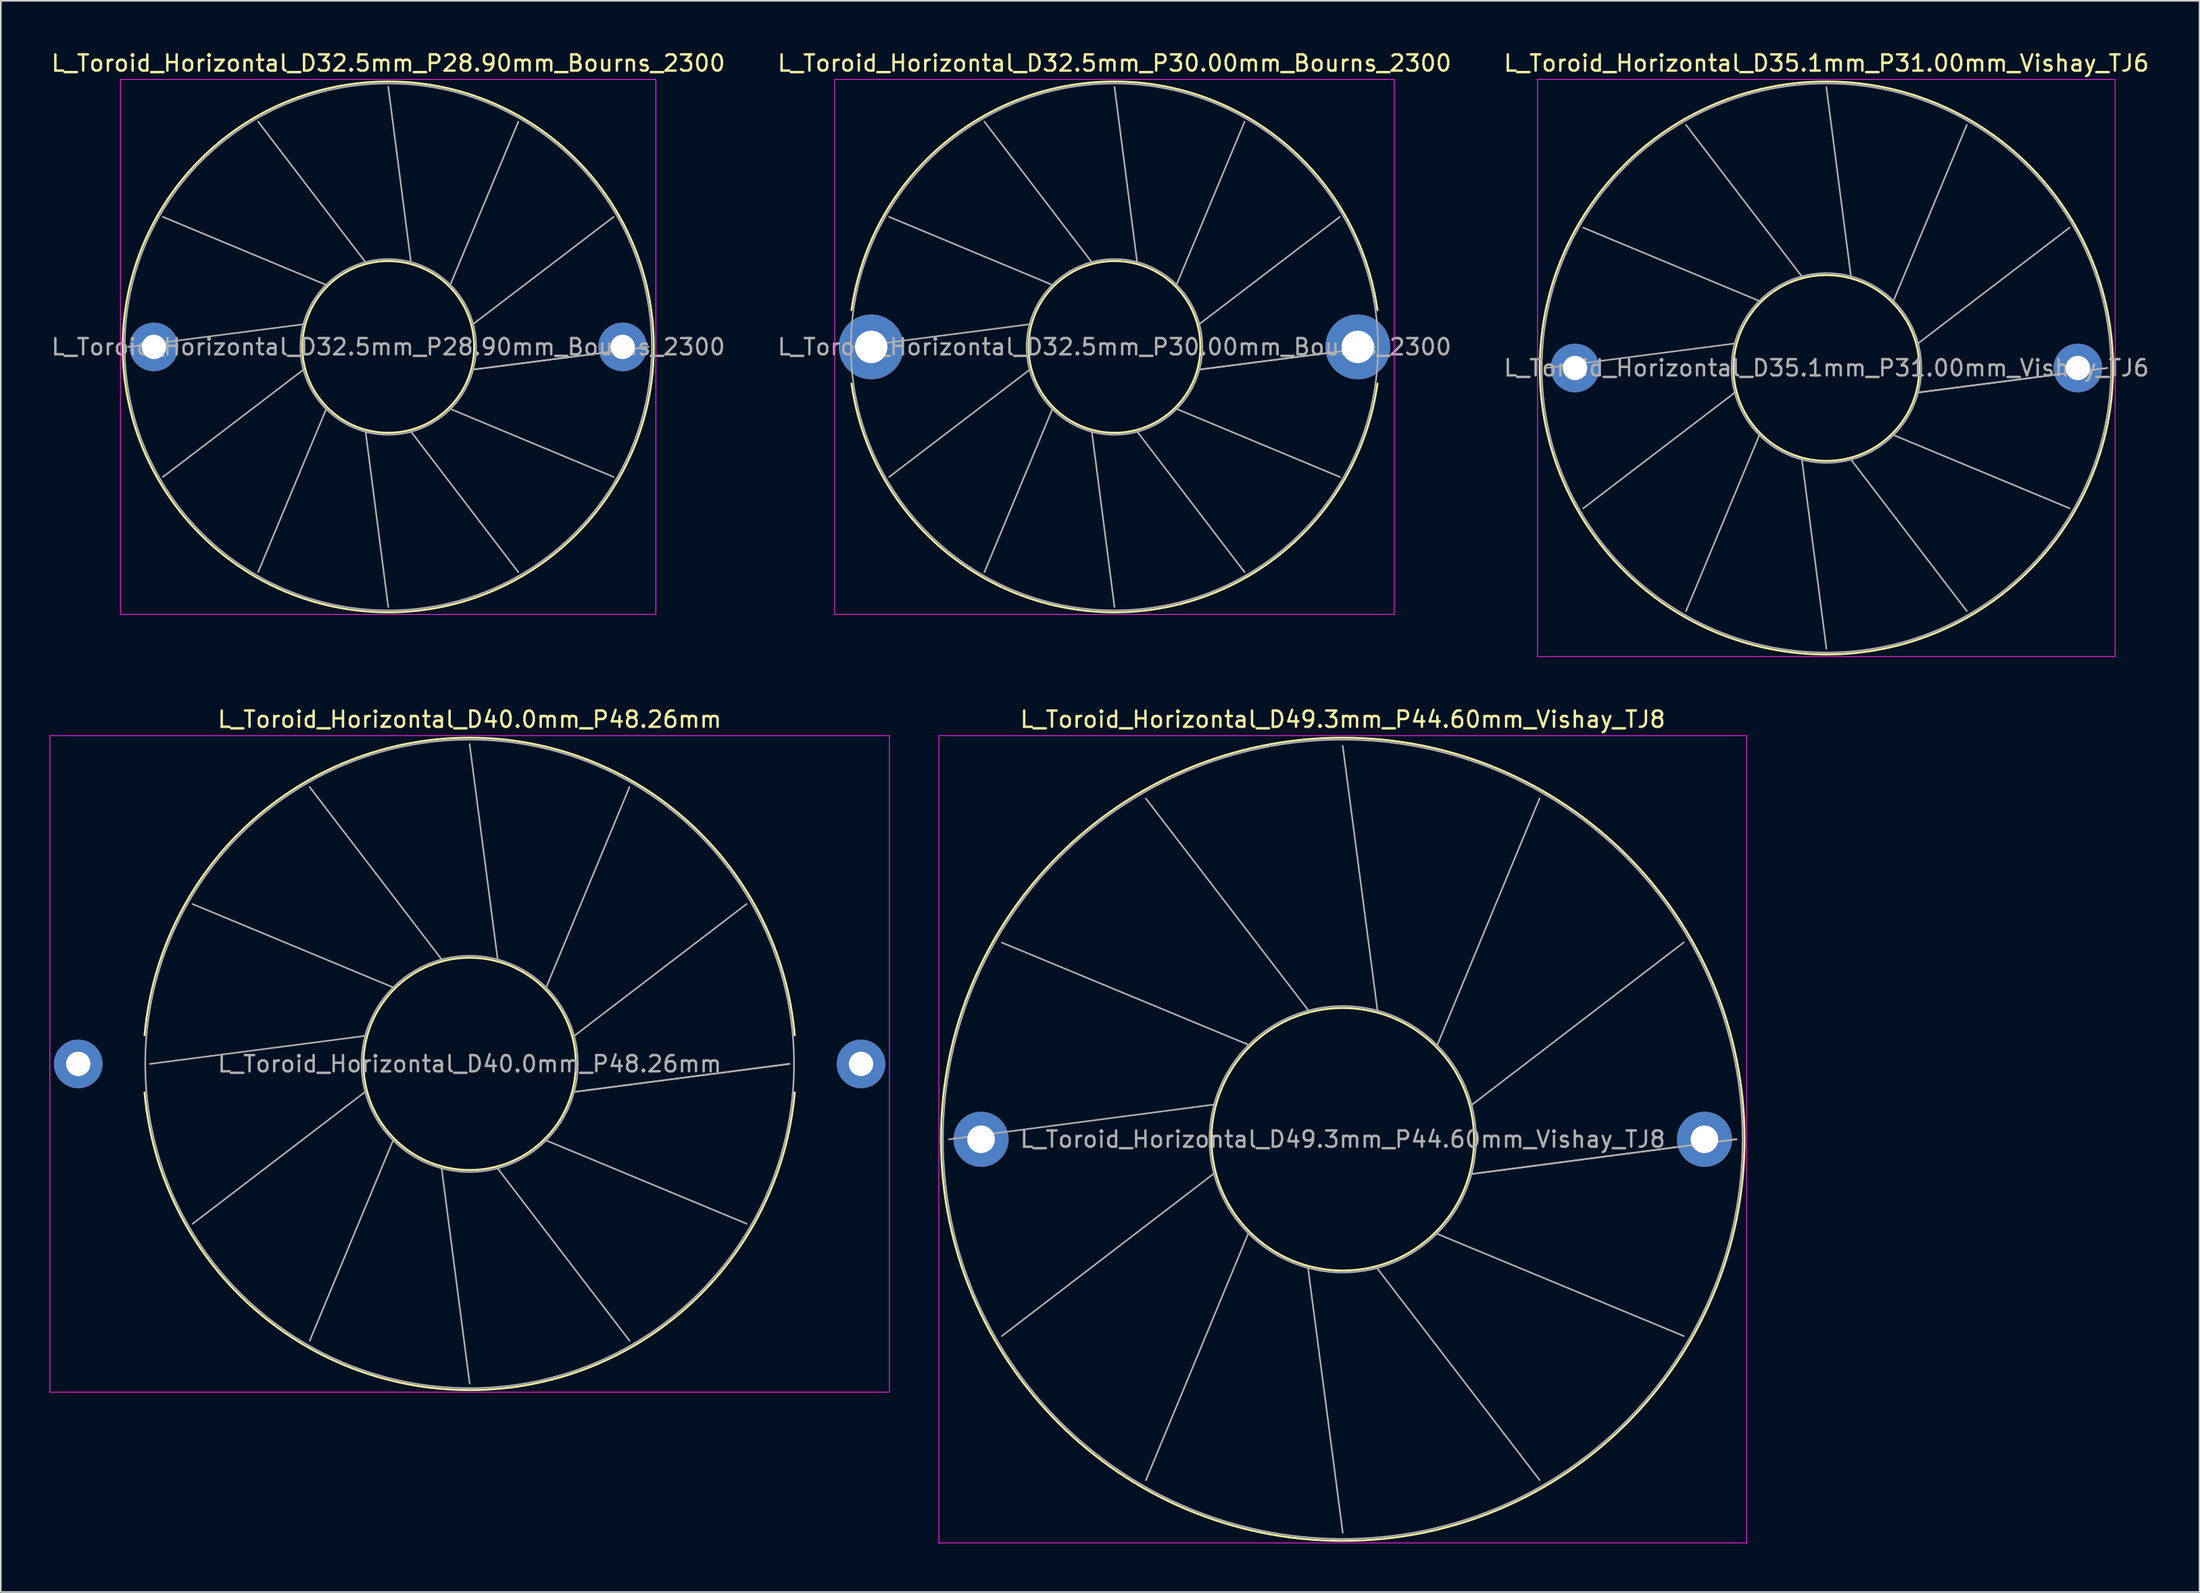
<source format=kicad_pcb>
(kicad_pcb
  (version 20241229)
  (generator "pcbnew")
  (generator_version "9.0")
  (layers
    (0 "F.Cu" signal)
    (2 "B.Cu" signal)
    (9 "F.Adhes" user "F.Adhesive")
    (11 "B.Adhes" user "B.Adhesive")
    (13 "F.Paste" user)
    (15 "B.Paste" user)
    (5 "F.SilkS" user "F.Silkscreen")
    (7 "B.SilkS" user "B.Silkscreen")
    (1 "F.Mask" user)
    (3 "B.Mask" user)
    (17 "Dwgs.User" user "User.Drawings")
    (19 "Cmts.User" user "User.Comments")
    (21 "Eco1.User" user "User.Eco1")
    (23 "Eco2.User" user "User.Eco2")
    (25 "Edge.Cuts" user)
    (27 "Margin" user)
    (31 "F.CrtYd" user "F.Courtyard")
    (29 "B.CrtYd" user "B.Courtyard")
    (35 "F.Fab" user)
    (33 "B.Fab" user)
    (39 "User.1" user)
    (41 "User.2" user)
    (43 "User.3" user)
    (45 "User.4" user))
  (footprint "L_Toroid_Horizontal_D40.0mm_P48.26mm"
    (layer "F.Cu")
    (at 1.775 62.572)
    (property "Reference" "L_Toroid_Horizontal_D40.0mm_P48.26mm" (at 24.13 -21.25 0) (layer "F.SilkS") (effects (font (size 1 1) (thickness 0.15))))
    (attr through_hole)
    (fp_arc (start 4.087126 -1.76) (mid 24.13 -20.12) (end 44.172874 -1.76) (stroke (width 0.12) (type solid)) (layer "F.SilkS"))
    (fp_arc (start 44.172874 1.76) (mid 24.13 20.12) (end 4.087126 1.76) (stroke (width 0.12) (type solid)) (layer "F.SilkS"))
    (fp_circle (center 24.13 0) (end 30.677 0) (stroke (width 0.12) (type solid)) (fill no) (layer "F.SilkS"))
    (fp_rect (start -1.75 -20.25) (end 50.01 20.25) (stroke (width 0.05) (type solid)) (fill no) (layer "F.CrtYd"))
    (fp_line (start 4.412 0.002) (end 17.68 -1.728) (stroke (width 0.1) (type solid)) (layer "F.Fab"))
    (fp_line (start 7.053 -9.857) (end 19.408 -4.721) (stroke (width 0.1) (type solid)) (layer "F.Fab"))
    (fp_line (start 7.055 9.86) (end 17.68 1.729) (stroke (width 0.1) (type solid)) (layer "F.Fab"))
    (fp_line (start 14.269 -17.075) (end 22.401 -6.45) (stroke (width 0.1) (type solid)) (layer "F.Fab"))
    (fp_line (start 14.272 17.077) (end 19.409 4.722) (stroke (width 0.1) (type solid)) (layer "F.Fab"))
    (fp_line (start 24.127 -19.718) (end 25.857 -6.45) (stroke (width 0.1) (type solid)) (layer "F.Fab"))
    (fp_line (start 24.131 19.718) (end 22.402 6.45) (stroke (width 0.1) (type solid)) (layer "F.Fab"))
    (fp_line (start 33.986 -17.077) (end 28.851 -4.723) (stroke (width 0.1) (type solid)) (layer "F.Fab"))
    (fp_line (start 33.989 17.076) (end 25.859 6.45) (stroke (width 0.1) (type solid)) (layer "F.Fab"))
    (fp_line (start 41.204 -9.862) (end 30.58 -1.729) (stroke (width 0.1) (type solid)) (layer "F.Fab"))
    (fp_line (start 41.206 9.859) (end 28.852 4.722) (stroke (width 0.1) (type solid)) (layer "F.Fab"))
    (fp_line (start 43.848 -0.004) (end 30.58 1.727) (stroke (width 0.1) (type solid)) (layer "F.Fab"))
    (fp_line (start 43.848 0) (end 30.58 1.728) (stroke (width 0.1) (type solid)) (layer "F.Fab"))
    (fp_circle (center 24.13 0) (end 30.797 0) (stroke (width 0.1) (type solid)) (fill no) (layer "F.Fab"))
    (fp_circle (center 24.13 0) (end 44.13 0) (stroke (width 0.1) (type solid)) (fill no) (layer "F.Fab"))
    (fp_text user "${REFERENCE}" (at 24.13 0 0) (layer "F.Fab") (effects (font (size 1 1) (thickness 0.15))))
    (pad "1" thru_hole circle (at 0 0) (size 3 3) (drill 1.5) (layers "*.Cu" "*.Mask"))
    (pad "2" thru_hole circle (at 48.26 0) (size 3 3) (drill 1.5) (layers "*.Cu" "*.Mask")))
  (footprint "L_Toroid_Horizontal_D35.1mm_P31.00mm_Vishay_TJ6"
    (layer "F.Cu")
    (at 94.054 19.648)
    (property "Reference" "L_Toroid_Horizontal_D35.1mm_P31.00mm_Vishay_TJ6" (at 15.5 -18.8 0) (layer "F.SilkS") (effects (font (size 1 1) (thickness 0.15))))
    (attr through_hole)
    (fp_circle (center 15.5 0) (end 21.23 0) (stroke (width 0.12) (type solid)) (fill no) (layer "F.SilkS"))
    (fp_circle (center 15.5 0) (end 33.17 0) (stroke (width 0.12) (type solid)) (fill no) (layer "F.SilkS"))
    (fp_line (start -2.31 -17.8) (end -2.31 17.8) (stroke (width 0.05) (type solid)) (layer "F.CrtYd"))
    (fp_line (start -2.31 17.8) (end 33.3 17.8) (stroke (width 0.05) (type solid)) (layer "F.CrtYd"))
    (fp_line (start 33.3 -17.8) (end -2.31 -17.8) (stroke (width 0.05) (type solid)) (layer "F.CrtYd"))
    (fp_line (start 33.3 17.8) (end 33.3 -17.8) (stroke (width 0.05) (type solid)) (layer "F.CrtYd"))
    (fp_line (start -1.817 0.002) (end 9.854 -1.512) (stroke (width 0.1) (type solid)) (layer "F.Fab"))
    (fp_line (start 0.502 -8.657) (end 11.367 -4.132) (stroke (width 0.1) (type solid)) (layer "F.Fab"))
    (fp_line (start 0.504 8.659) (end 9.855 1.513) (stroke (width 0.1) (type solid)) (layer "F.Fab"))
    (fp_line (start 6.84 -14.996) (end 13.987 -5.645) (stroke (width 0.1) (type solid)) (layer "F.Fab"))
    (fp_line (start 6.843 14.997) (end 11.368 4.133) (stroke (width 0.1) (type solid)) (layer "F.Fab"))
    (fp_line (start 15.498 -17.317) (end 17.012 -5.646) (stroke (width 0.1) (type solid)) (layer "F.Fab"))
    (fp_line (start 15.501 17.317) (end 13.988 5.646) (stroke (width 0.1) (type solid)) (layer "F.Fab"))
    (fp_line (start 24.156 -14.998) (end 19.632 -4.133) (stroke (width 0.1) (type solid)) (layer "F.Fab"))
    (fp_line (start 24.159 14.996) (end 17.013 5.645) (stroke (width 0.1) (type solid)) (layer "F.Fab"))
    (fp_line (start 30.495 -8.661) (end 21.145 -1.514) (stroke (width 0.1) (type solid)) (layer "F.Fab"))
    (fp_line (start 30.497 8.658) (end 19.633 4.133) (stroke (width 0.1) (type solid)) (layer "F.Fab"))
    (fp_line (start 32.817 -0.003) (end 21.146 1.512) (stroke (width 0.1) (type solid)) (layer "F.Fab"))
    (fp_line (start 32.817 0) (end 21.145 1.513) (stroke (width 0.1) (type solid)) (layer "F.Fab"))
    (fp_circle (center 15.5 0) (end 21.35 0) (stroke (width 0.1) (type solid)) (fill no) (layer "F.Fab"))
    (fp_circle (center 15.5 0) (end 33.05 0) (stroke (width 0.1) (type solid)) (fill no) (layer "F.Fab"))
    (fp_text user "${REFERENCE}" (at 15.5 0 0) (layer "F.Fab") (effects (font (size 1 1) (thickness 0.15))))
    (pad "1" thru_hole circle (at 0 0) (size 3 3) (drill 1.5) (layers "*.Cu" "*.Mask"))
    (pad "2" thru_hole circle (at 31 0) (size 3 3) (drill 1.5) (layers "*.Cu" "*.Mask")))
  (footprint "L_Toroid_Horizontal_D32.5mm_P30.00mm_Bourns_2300"
    (layer "F.Cu")
    (at 50.661 18.348)
    (property "Reference" "L_Toroid_Horizontal_D32.5mm_P30.00mm_Bourns_2300" (at 15 -17.5 0) (layer "F.SilkS") (effects (font (size 1 1) (thickness 0.15))))
    (attr through_hole)
    (fp_arc (start -1.213245 -2.26) (mid 15 -16.37) (end 31.213245 -2.26) (stroke (width 0.12) (type solid)) (layer "F.SilkS"))
    (fp_arc (start 31.213245 2.26) (mid 15 16.37) (end -1.213245 2.26) (stroke (width 0.12) (type solid)) (layer "F.SilkS"))
    (fp_circle (center 15 0) (end 20.297 0) (stroke (width 0.12) (type solid)) (fill no) (layer "F.SilkS"))
    (fp_rect (start -2.25 -16.5) (end 32.25 16.5) (stroke (width 0.05) (type solid)) (fill no) (layer "F.CrtYd"))
    (fp_line (start -1.043 0) (end 9.781 -1.398) (stroke (width 0.1) (type solid)) (layer "F.Fab"))
    (fp_line (start 1.107 -8.021) (end 11.18 -3.82) (stroke (width 0.1) (type solid)) (layer "F.Fab"))
    (fp_line (start 1.107 8.021) (end 9.781 1.398) (stroke (width 0.1) (type solid)) (layer "F.Fab"))
    (fp_line (start 6.979 -13.893) (end 13.602 -5.219) (stroke (width 0.1) (type solid)) (layer "F.Fab"))
    (fp_line (start 6.979 13.893) (end 11.18 3.82) (stroke (width 0.1) (type solid)) (layer "F.Fab"))
    (fp_line (start 15 -16.043) (end 16.398 -5.219) (stroke (width 0.1) (type solid)) (layer "F.Fab"))
    (fp_line (start 15 16.043) (end 13.602 5.219) (stroke (width 0.1) (type solid)) (layer "F.Fab"))
    (fp_line (start 23.021 -13.893) (end 18.82 -3.82) (stroke (width 0.1) (type solid)) (layer "F.Fab"))
    (fp_line (start 23.021 13.893) (end 16.398 5.219) (stroke (width 0.1) (type solid)) (layer "F.Fab"))
    (fp_line (start 28.893 -8.021) (end 20.219 -1.398) (stroke (width 0.1) (type solid)) (layer "F.Fab"))
    (fp_line (start 28.893 8.021) (end 18.82 3.82) (stroke (width 0.1) (type solid)) (layer "F.Fab"))
    (fp_line (start 31.043 0) (end 20.219 1.398) (stroke (width 0.1) (type solid)) (layer "F.Fab"))
    (fp_line (start 31.043 0) (end 20.219 1.398) (stroke (width 0.1) (type solid)) (layer "F.Fab"))
    (fp_circle (center 15 0) (end 20.417 0) (stroke (width 0.1) (type solid)) (fill no) (layer "F.Fab"))
    (fp_circle (center 15 0) (end 31.25 0) (stroke (width 0.1) (type solid)) (fill no) (layer "F.Fab"))
    (fp_text user "${REFERENCE}" (at 15 0 0) (layer "F.Fab") (effects (font (size 1 1) (thickness 0.15))))
    (pad "1" thru_hole circle (at 0 0) (size 4 4) (drill 2) (layers "*.Cu" "*.Mask"))
    (pad "2" thru_hole circle (at 30 0) (size 4 4) (drill 2) (layers "*.Cu" "*.Mask")))
  (footprint "L_Toroid_Horizontal_D32.5mm_P28.90mm_Bourns_2300"
    (layer "F.Cu")
    (at 6.437 18.348)
    (property "Reference" "L_Toroid_Horizontal_D32.5mm_P28.90mm_Bourns_2300" (at 14.45 -17.5 0) (layer "F.SilkS") (effects (font (size 1 1) (thickness 0.15))))
    (attr through_hole)
    (fp_circle (center 14.45 0) (end 19.747 0) (stroke (width 0.12) (type solid)) (fill no) (layer "F.SilkS"))
    (fp_circle (center 14.45 0) (end 30.82 0) (stroke (width 0.12) (type solid)) (fill no) (layer "F.SilkS"))
    (fp_rect (start -2.06 -16.5) (end 30.95 16.5) (stroke (width 0.05) (type solid)) (fill no) (layer "F.CrtYd"))
    (fp_line (start -1.593 0) (end 9.231 -1.398) (stroke (width 0.1) (type solid)) (layer "F.Fab"))
    (fp_line (start 0.557 -8.021) (end 10.63 -3.82) (stroke (width 0.1) (type solid)) (layer "F.Fab"))
    (fp_line (start 0.557 8.021) (end 9.231 1.398) (stroke (width 0.1) (type solid)) (layer "F.Fab"))
    (fp_line (start 6.429 -13.893) (end 13.052 -5.219) (stroke (width 0.1) (type solid)) (layer "F.Fab"))
    (fp_line (start 6.429 13.893) (end 10.63 3.82) (stroke (width 0.1) (type solid)) (layer "F.Fab"))
    (fp_line (start 14.45 -16.043) (end 15.848 -5.219) (stroke (width 0.1) (type solid)) (layer "F.Fab"))
    (fp_line (start 14.45 16.043) (end 13.052 5.219) (stroke (width 0.1) (type solid)) (layer "F.Fab"))
    (fp_line (start 22.471 -13.893) (end 18.27 -3.82) (stroke (width 0.1) (type solid)) (layer "F.Fab"))
    (fp_line (start 22.471 13.893) (end 15.848 5.219) (stroke (width 0.1) (type solid)) (layer "F.Fab"))
    (fp_line (start 28.343 -8.021) (end 19.669 -1.398) (stroke (width 0.1) (type solid)) (layer "F.Fab"))
    (fp_line (start 28.343 8.021) (end 18.27 3.82) (stroke (width 0.1) (type solid)) (layer "F.Fab"))
    (fp_line (start 30.493 0) (end 19.669 1.398) (stroke (width 0.1) (type solid)) (layer "F.Fab"))
    (fp_line (start 30.493 0) (end 19.669 1.398) (stroke (width 0.1) (type solid)) (layer "F.Fab"))
    (fp_circle (center 14.45 0) (end 19.867 0) (stroke (width 0.1) (type solid)) (fill no) (layer "F.Fab"))
    (fp_circle (center 14.45 0) (end 30.7 0) (stroke (width 0.1) (type solid)) (fill no) (layer "F.Fab"))
    (fp_text user "${REFERENCE}" (at 14.45 0 0) (layer "F.Fab") (effects (font (size 1 1) (thickness 0.15))))
    (pad "1" thru_hole circle (at 0 0) (size 3 3) (drill 1.5) (layers "*.Cu" "*.Mask"))
    (pad "2" thru_hole circle (at 28.9 0) (size 3 3) (drill 1.5) (layers "*.Cu" "*.Mask")))
  (footprint "L_Toroid_Horizontal_D49.3mm_P44.60mm_Vishay_TJ8"
    (layer "F.Cu")
    (at 57.435 67.222)
    (property "Reference" "L_Toroid_Horizontal_D49.3mm_P44.60mm_Vishay_TJ8" (at 22.3 -25.9 0) (layer "F.SilkS") (effects (font (size 1 1) (thickness 0.15))))
    (attr through_hole)
    (fp_circle (center 22.3 0) (end 30.397 0) (stroke (width 0.12) (type solid)) (fill no) (layer "F.SilkS"))
    (fp_circle (center 22.3 0) (end 47.07 0) (stroke (width 0.12) (type solid)) (fill no) (layer "F.SilkS"))
    (fp_line (start -2.6 -24.9) (end -2.6 24.9) (stroke (width 0.05) (type solid)) (layer "F.CrtYd"))
    (fp_line (start -2.6 24.9) (end 47.2 24.9) (stroke (width 0.05) (type solid)) (layer "F.CrtYd"))
    (fp_line (start 47.2 -24.9) (end -2.6 -24.9) (stroke (width 0.05) (type solid)) (layer "F.CrtYd"))
    (fp_line (start 47.2 24.9) (end 47.2 -24.9) (stroke (width 0.05) (type solid)) (layer "F.CrtYd"))
    (fp_line (start -1.975 0.002) (end 14.323 -2.137) (stroke (width 0.1) (type solid)) (layer "F.Fab"))
    (fp_line (start 1.276 -12.135) (end 16.46 -5.839) (stroke (width 0.1) (type solid)) (layer "F.Fab"))
    (fp_line (start 1.279 12.139) (end 14.323 2.138) (stroke (width 0.1) (type solid)) (layer "F.Fab"))
    (fp_line (start 10.16 -21.021) (end 20.161 -7.977) (stroke (width 0.1) (type solid)) (layer "F.Fab"))
    (fp_line (start 10.164 21.023) (end 16.461 5.84) (stroke (width 0.1) (type solid)) (layer "F.Fab"))
    (fp_line (start 22.297 -24.275) (end 24.436 -7.978) (stroke (width 0.1) (type solid)) (layer "F.Fab"))
    (fp_line (start 22.301 24.275) (end 20.163 7.977) (stroke (width 0.1) (type solid)) (layer "F.Fab"))
    (fp_line (start 34.434 -21.024) (end 28.139 -5.841) (stroke (width 0.1) (type solid)) (layer "F.Fab"))
    (fp_line (start 34.438 21.022) (end 24.438 7.977) (stroke (width 0.1) (type solid)) (layer "F.Fab"))
    (fp_line (start 43.32 -12.141) (end 30.277 -2.139) (stroke (width 0.1) (type solid)) (layer "F.Fab"))
    (fp_line (start 43.323 12.137) (end 28.14 5.84) (stroke (width 0.1) (type solid)) (layer "F.Fab"))
    (fp_line (start 46.575 -0.004) (end 30.278 2.136) (stroke (width 0.1) (type solid)) (layer "F.Fab"))
    (fp_line (start 46.575 0) (end 30.277 2.137) (stroke (width 0.1) (type solid)) (layer "F.Fab"))
    (fp_circle (center 22.3 0) (end 30.517 0) (stroke (width 0.1) (type solid)) (fill no) (layer "F.Fab"))
    (fp_circle (center 22.3 0) (end 46.95 0) (stroke (width 0.1) (type solid)) (fill no) (layer "F.Fab"))
    (fp_text user "${REFERENCE}" (at 22.3 0 0) (layer "F.Fab") (effects (font (size 1 1) (thickness 0.15))))
    (pad "1" thru_hole circle (at 0 0) (size 3.4 3.4) (drill 1.7) (layers "*.Cu" "*.Mask"))
    (pad "2" thru_hole circle (at 44.6 0) (size 3.4 3.4) (drill 1.7) (layers "*.Cu" "*.Mask")))
  (gr_rect
    (start -3 -3)
    (end 132.56 95.147)
    (stroke (width 0.1) (type default))
    (fill no)
    (layer "Edge.Cuts")))
</source>
